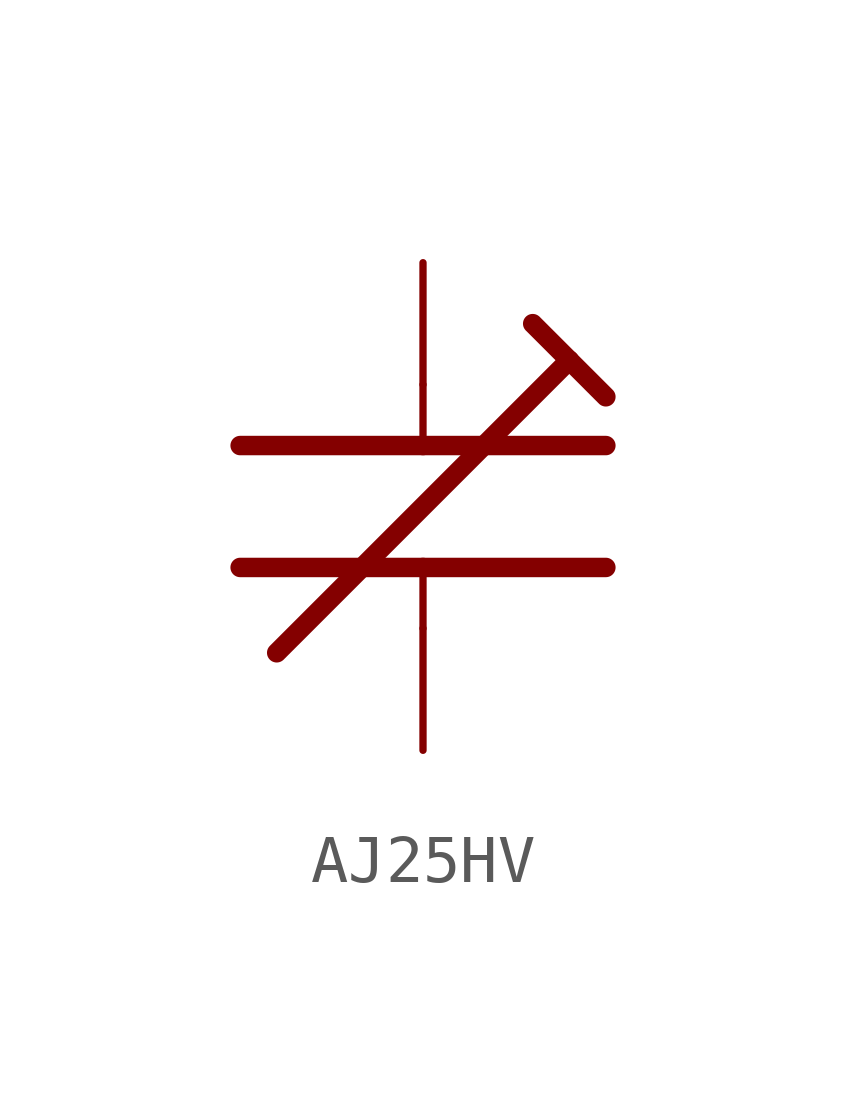
<source format=kicad_sym>
(kicad_symbol_lib
  (version 20231120)
  (generator "kicad_symbol_editor")
  (generator_version "8.0")
  (symbol "AJ25HV"
    (property "Reference" ""
      (at 1.524 4.191 0)
      (effects (font (size 1.778 1.511)) (justify left bottom) (hide yes)))
    (property "Value" ""
      (at 2.286 -5.207 0)
      (effects (font (size 1.778 1.511)) (justify left bottom)))
    (property "ki_locked" ""
      (at 0 0 0)
      (effects (font (size 1.27 1.27))))
    (symbol "AJ25HV_1_0"
      (polyline (pts (xy -3.81 -1.27) (xy 0 -1.27)) (stroke (width 0.406) (type solid)) (fill (type none)))
      (polyline (pts (xy -3.81 1.27) (xy 0 1.27)) (stroke (width 0.406) (type solid)) (fill (type none)))
      (polyline (pts (xy -3.048 -3.048) (xy 3.048 3.048)) (stroke (width 0.406) (type solid)) (fill (type none)))
      (polyline (pts (xy 0 -2.54) (xy 0 -1.27)) (stroke (width 0.152) (type solid)) (fill (type none)))
      (polyline (pts (xy 0 -1.27) (xy 3.81 -1.27)) (stroke (width 0.406) (type solid)) (fill (type none)))
      (polyline (pts (xy 0 1.27) (xy 3.81 1.27)) (stroke (width 0.406) (type solid)) (fill (type none)))
      (polyline (pts (xy 0 2.54) (xy 0 1.27)) (stroke (width 0.152) (type solid)) (fill (type none)))
      (polyline (pts (xy 3.048 3.048) (xy 2.286 3.81)) (stroke (width 0.406) (type solid)) (fill (type none)))
      (polyline (pts (xy 3.048 3.048) (xy 3.81 2.286)) (stroke (width 0.406) (type solid)) (fill (type none)))
      (pin passive line (at 0 -5.08 90) (length 2.54) (name "A" (effects (font (size 0 0)))) (number "P$1" (effects (font (size 0 0)))))
      (pin passive line (at 0 5.08 270) (length 2.54) (name "E" (effects (font (size 0 0)))) (number "P$2" (effects (font (size 0 0))))))))
</source>
